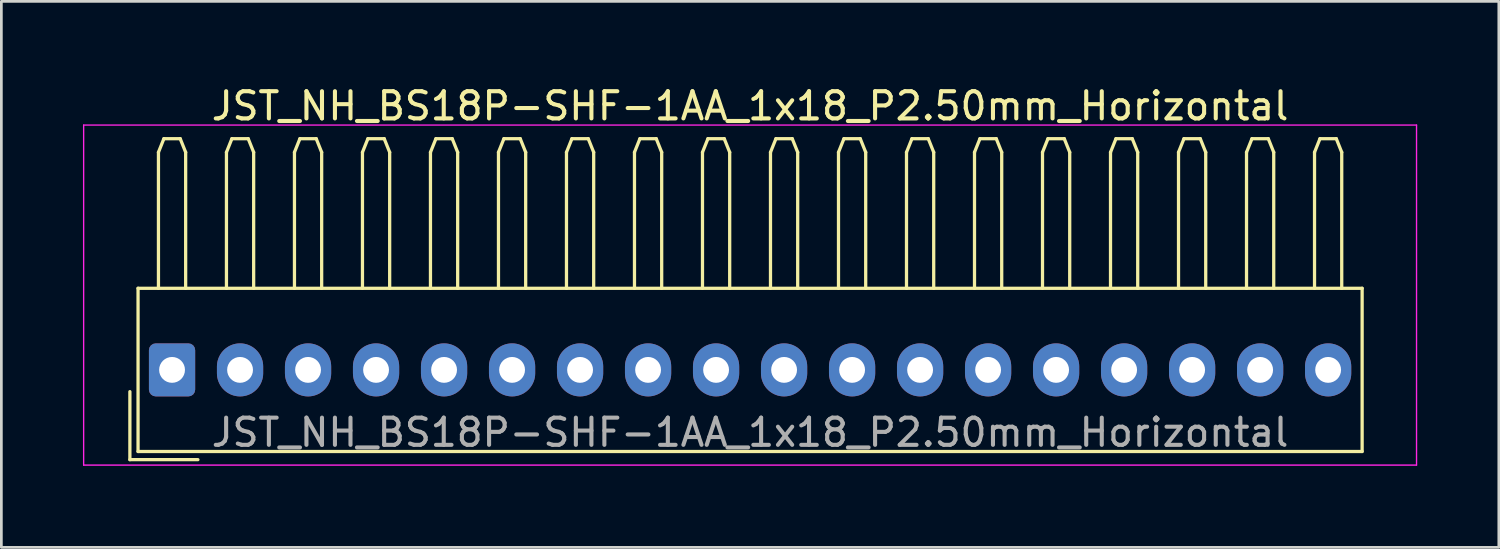
<source format=kicad_pcb>
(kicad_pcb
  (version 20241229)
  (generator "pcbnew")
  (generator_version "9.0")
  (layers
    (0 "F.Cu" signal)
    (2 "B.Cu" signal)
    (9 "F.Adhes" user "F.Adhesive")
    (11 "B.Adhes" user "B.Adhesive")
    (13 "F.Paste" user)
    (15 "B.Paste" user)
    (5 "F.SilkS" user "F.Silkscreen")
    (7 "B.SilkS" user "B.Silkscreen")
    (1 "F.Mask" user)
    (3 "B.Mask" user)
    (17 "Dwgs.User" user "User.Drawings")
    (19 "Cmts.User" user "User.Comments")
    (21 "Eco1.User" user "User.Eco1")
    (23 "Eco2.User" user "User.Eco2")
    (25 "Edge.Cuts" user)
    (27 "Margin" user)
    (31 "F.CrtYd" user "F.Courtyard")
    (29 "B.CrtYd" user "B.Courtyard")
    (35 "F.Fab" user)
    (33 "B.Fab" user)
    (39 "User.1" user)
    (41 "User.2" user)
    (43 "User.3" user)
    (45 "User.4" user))
  (footprint "JST_NH_BS18P-SHF-1AA_1x18_P2.50mm_Horizontal"
    (layer "F.Cu")
    (at 3.275 10.548)
    (property "Reference" "JST_NH_BS18P-SHF-1AA_1x18_P2.50mm_Horizontal" (at 21.25 -9.7 0) (layer "F.SilkS") (effects (font (size 1 1) (thickness 0.15))))
    (attr through_hole)
    (fp_line (start -1.55 0.8) (end -1.55 3.3) (stroke (width 0.12) (type solid)) (layer "F.SilkS"))
    (fp_line (start -1.55 3.3) (end 0.95 3.3) (stroke (width 0.12) (type solid)) (layer "F.SilkS"))
    (fp_line (start -1.25 -3) (end -1.25 3) (stroke (width 0.12) (type solid)) (layer "F.SilkS"))
    (fp_line (start -1.25 3) (end 43.75 3) (stroke (width 0.12) (type solid)) (layer "F.SilkS"))
    (fp_line (start -0.5 -8) (end -0.3 -8.5) (stroke (width 0.12) (type solid)) (layer "F.SilkS"))
    (fp_line (start -0.5 -3) (end -0.5 -8) (stroke (width 0.12) (type solid)) (layer "F.SilkS"))
    (fp_line (start -0.3 -8.5) (end 0.3 -8.5) (stroke (width 0.12) (type solid)) (layer "F.SilkS"))
    (fp_line (start 0.3 -8.5) (end 0.5 -8) (stroke (width 0.12) (type solid)) (layer "F.SilkS"))
    (fp_line (start 0.5 -8) (end 0.5 -3) (stroke (width 0.12) (type solid)) (layer "F.SilkS"))
    (fp_line (start 2 -8) (end 2.2 -8.5) (stroke (width 0.12) (type solid)) (layer "F.SilkS"))
    (fp_line (start 2 -3) (end 2 -8) (stroke (width 0.12) (type solid)) (layer "F.SilkS"))
    (fp_line (start 2.2 -8.5) (end 2.8 -8.5) (stroke (width 0.12) (type solid)) (layer "F.SilkS"))
    (fp_line (start 2.8 -8.5) (end 3 -8) (stroke (width 0.12) (type solid)) (layer "F.SilkS"))
    (fp_line (start 3 -8) (end 3 -3) (stroke (width 0.12) (type solid)) (layer "F.SilkS"))
    (fp_line (start 4.5 -8) (end 4.7 -8.5) (stroke (width 0.12) (type solid)) (layer "F.SilkS"))
    (fp_line (start 4.5 -3) (end 4.5 -8) (stroke (width 0.12) (type solid)) (layer "F.SilkS"))
    (fp_line (start 4.7 -8.5) (end 5.3 -8.5) (stroke (width 0.12) (type solid)) (layer "F.SilkS"))
    (fp_line (start 5.3 -8.5) (end 5.5 -8) (stroke (width 0.12) (type solid)) (layer "F.SilkS"))
    (fp_line (start 5.5 -8) (end 5.5 -3) (stroke (width 0.12) (type solid)) (layer "F.SilkS"))
    (fp_line (start 7 -8) (end 7.2 -8.5) (stroke (width 0.12) (type solid)) (layer "F.SilkS"))
    (fp_line (start 7 -3) (end 7 -8) (stroke (width 0.12) (type solid)) (layer "F.SilkS"))
    (fp_line (start 7.2 -8.5) (end 7.8 -8.5) (stroke (width 0.12) (type solid)) (layer "F.SilkS"))
    (fp_line (start 7.8 -8.5) (end 8 -8) (stroke (width 0.12) (type solid)) (layer "F.SilkS"))
    (fp_line (start 8 -8) (end 8 -3) (stroke (width 0.12) (type solid)) (layer "F.SilkS"))
    (fp_line (start 9.5 -8) (end 9.7 -8.5) (stroke (width 0.12) (type solid)) (layer "F.SilkS"))
    (fp_line (start 9.5 -3) (end 9.5 -8) (stroke (width 0.12) (type solid)) (layer "F.SilkS"))
    (fp_line (start 9.7 -8.5) (end 10.3 -8.5) (stroke (width 0.12) (type solid)) (layer "F.SilkS"))
    (fp_line (start 10.3 -8.5) (end 10.5 -8) (stroke (width 0.12) (type solid)) (layer "F.SilkS"))
    (fp_line (start 10.5 -8) (end 10.5 -3) (stroke (width 0.12) (type solid)) (layer "F.SilkS"))
    (fp_line (start 12 -8) (end 12.2 -8.5) (stroke (width 0.12) (type solid)) (layer "F.SilkS"))
    (fp_line (start 12 -3) (end 12 -8) (stroke (width 0.12) (type solid)) (layer "F.SilkS"))
    (fp_line (start 12.2 -8.5) (end 12.8 -8.5) (stroke (width 0.12) (type solid)) (layer "F.SilkS"))
    (fp_line (start 12.8 -8.5) (end 13 -8) (stroke (width 0.12) (type solid)) (layer "F.SilkS"))
    (fp_line (start 13 -8) (end 13 -3) (stroke (width 0.12) (type solid)) (layer "F.SilkS"))
    (fp_line (start 14.5 -8) (end 14.7 -8.5) (stroke (width 0.12) (type solid)) (layer "F.SilkS"))
    (fp_line (start 14.5 -3) (end 14.5 -8) (stroke (width 0.12) (type solid)) (layer "F.SilkS"))
    (fp_line (start 14.7 -8.5) (end 15.3 -8.5) (stroke (width 0.12) (type solid)) (layer "F.SilkS"))
    (fp_line (start 15.3 -8.5) (end 15.5 -8) (stroke (width 0.12) (type solid)) (layer "F.SilkS"))
    (fp_line (start 15.5 -8) (end 15.5 -3) (stroke (width 0.12) (type solid)) (layer "F.SilkS"))
    (fp_line (start 17 -8) (end 17.2 -8.5) (stroke (width 0.12) (type solid)) (layer "F.SilkS"))
    (fp_line (start 17 -3) (end 17 -8) (stroke (width 0.12) (type solid)) (layer "F.SilkS"))
    (fp_line (start 17.2 -8.5) (end 17.8 -8.5) (stroke (width 0.12) (type solid)) (layer "F.SilkS"))
    (fp_line (start 17.8 -8.5) (end 18 -8) (stroke (width 0.12) (type solid)) (layer "F.SilkS"))
    (fp_line (start 18 -8) (end 18 -3) (stroke (width 0.12) (type solid)) (layer "F.SilkS"))
    (fp_line (start 19.5 -8) (end 19.7 -8.5) (stroke (width 0.12) (type solid)) (layer "F.SilkS"))
    (fp_line (start 19.5 -3) (end 19.5 -8) (stroke (width 0.12) (type solid)) (layer "F.SilkS"))
    (fp_line (start 19.7 -8.5) (end 20.3 -8.5) (stroke (width 0.12) (type solid)) (layer "F.SilkS"))
    (fp_line (start 20.3 -8.5) (end 20.5 -8) (stroke (width 0.12) (type solid)) (layer "F.SilkS"))
    (fp_line (start 20.5 -8) (end 20.5 -3) (stroke (width 0.12) (type solid)) (layer "F.SilkS"))
    (fp_line (start 22 -8) (end 22.2 -8.5) (stroke (width 0.12) (type solid)) (layer "F.SilkS"))
    (fp_line (start 22 -3) (end 22 -8) (stroke (width 0.12) (type solid)) (layer "F.SilkS"))
    (fp_line (start 22.2 -8.5) (end 22.8 -8.5) (stroke (width 0.12) (type solid)) (layer "F.SilkS"))
    (fp_line (start 22.8 -8.5) (end 23 -8) (stroke (width 0.12) (type solid)) (layer "F.SilkS"))
    (fp_line (start 23 -8) (end 23 -3) (stroke (width 0.12) (type solid)) (layer "F.SilkS"))
    (fp_line (start 24.5 -8) (end 24.7 -8.5) (stroke (width 0.12) (type solid)) (layer "F.SilkS"))
    (fp_line (start 24.5 -3) (end 24.5 -8) (stroke (width 0.12) (type solid)) (layer "F.SilkS"))
    (fp_line (start 24.7 -8.5) (end 25.3 -8.5) (stroke (width 0.12) (type solid)) (layer "F.SilkS"))
    (fp_line (start 25.3 -8.5) (end 25.5 -8) (stroke (width 0.12) (type solid)) (layer "F.SilkS"))
    (fp_line (start 25.5 -8) (end 25.5 -3) (stroke (width 0.12) (type solid)) (layer "F.SilkS"))
    (fp_line (start 27 -8) (end 27.2 -8.5) (stroke (width 0.12) (type solid)) (layer "F.SilkS"))
    (fp_line (start 27 -3) (end 27 -8) (stroke (width 0.12) (type solid)) (layer "F.SilkS"))
    (fp_line (start 27.2 -8.5) (end 27.8 -8.5) (stroke (width 0.12) (type solid)) (layer "F.SilkS"))
    (fp_line (start 27.8 -8.5) (end 28 -8) (stroke (width 0.12) (type solid)) (layer "F.SilkS"))
    (fp_line (start 28 -8) (end 28 -3) (stroke (width 0.12) (type solid)) (layer "F.SilkS"))
    (fp_line (start 29.5 -8) (end 29.7 -8.5) (stroke (width 0.12) (type solid)) (layer "F.SilkS"))
    (fp_line (start 29.5 -3) (end 29.5 -8) (stroke (width 0.12) (type solid)) (layer "F.SilkS"))
    (fp_line (start 29.7 -8.5) (end 30.3 -8.5) (stroke (width 0.12) (type solid)) (layer "F.SilkS"))
    (fp_line (start 30.3 -8.5) (end 30.5 -8) (stroke (width 0.12) (type solid)) (layer "F.SilkS"))
    (fp_line (start 30.5 -8) (end 30.5 -3) (stroke (width 0.12) (type solid)) (layer "F.SilkS"))
    (fp_line (start 32 -8) (end 32.2 -8.5) (stroke (width 0.12) (type solid)) (layer "F.SilkS"))
    (fp_line (start 32 -3) (end 32 -8) (stroke (width 0.12) (type solid)) (layer "F.SilkS"))
    (fp_line (start 32.2 -8.5) (end 32.8 -8.5) (stroke (width 0.12) (type solid)) (layer "F.SilkS"))
    (fp_line (start 32.8 -8.5) (end 33 -8) (stroke (width 0.12) (type solid)) (layer "F.SilkS"))
    (fp_line (start 33 -8) (end 33 -3) (stroke (width 0.12) (type solid)) (layer "F.SilkS"))
    (fp_line (start 34.5 -8) (end 34.7 -8.5) (stroke (width 0.12) (type solid)) (layer "F.SilkS"))
    (fp_line (start 34.5 -3) (end 34.5 -8) (stroke (width 0.12) (type solid)) (layer "F.SilkS"))
    (fp_line (start 34.7 -8.5) (end 35.3 -8.5) (stroke (width 0.12) (type solid)) (layer "F.SilkS"))
    (fp_line (start 35.3 -8.5) (end 35.5 -8) (stroke (width 0.12) (type solid)) (layer "F.SilkS"))
    (fp_line (start 35.5 -8) (end 35.5 -3) (stroke (width 0.12) (type solid)) (layer "F.SilkS"))
    (fp_line (start 37 -8) (end 37.2 -8.5) (stroke (width 0.12) (type solid)) (layer "F.SilkS"))
    (fp_line (start 37 -3) (end 37 -8) (stroke (width 0.12) (type solid)) (layer "F.SilkS"))
    (fp_line (start 37.2 -8.5) (end 37.8 -8.5) (stroke (width 0.12) (type solid)) (layer "F.SilkS"))
    (fp_line (start 37.8 -8.5) (end 38 -8) (stroke (width 0.12) (type solid)) (layer "F.SilkS"))
    (fp_line (start 38 -8) (end 38 -3) (stroke (width 0.12) (type solid)) (layer "F.SilkS"))
    (fp_line (start 39.5 -8) (end 39.7 -8.5) (stroke (width 0.12) (type solid)) (layer "F.SilkS"))
    (fp_line (start 39.5 -3) (end 39.5 -8) (stroke (width 0.12) (type solid)) (layer "F.SilkS"))
    (fp_line (start 39.7 -8.5) (end 40.3 -8.5) (stroke (width 0.12) (type solid)) (layer "F.SilkS"))
    (fp_line (start 40.3 -8.5) (end 40.5 -8) (stroke (width 0.12) (type solid)) (layer "F.SilkS"))
    (fp_line (start 40.5 -8) (end 40.5 -3) (stroke (width 0.12) (type solid)) (layer "F.SilkS"))
    (fp_line (start 42 -8) (end 42.2 -8.5) (stroke (width 0.12) (type solid)) (layer "F.SilkS"))
    (fp_line (start 42 -3) (end 42 -8) (stroke (width 0.12) (type solid)) (layer "F.SilkS"))
    (fp_line (start 42.2 -8.5) (end 42.8 -8.5) (stroke (width 0.12) (type solid)) (layer "F.SilkS"))
    (fp_line (start 42.8 -8.5) (end 43 -8) (stroke (width 0.12) (type solid)) (layer "F.SilkS"))
    (fp_line (start 43 -8) (end 43 -3) (stroke (width 0.12) (type solid)) (layer "F.SilkS"))
    (fp_line (start 43.75 -3) (end -1.25 -3) (stroke (width 0.12) (type solid)) (layer "F.SilkS"))
    (fp_line (start 43.75 3) (end 43.75 -3) (stroke (width 0.12) (type solid)) (layer "F.SilkS"))
    (fp_line (start -3.25 -9) (end -3.25 3.5) (stroke (width 0.05) (type solid)) (layer "F.CrtYd"))
    (fp_line (start -3.25 3.5) (end 45.75 3.5) (stroke (width 0.05) (type solid)) (layer "F.CrtYd"))
    (fp_line (start 45.75 -9) (end -3.25 -9) (stroke (width 0.05) (type solid)) (layer "F.CrtYd"))
    (fp_line (start 45.75 3.5) (end 45.75 -9) (stroke (width 0.05) (type solid)) (layer "F.CrtYd"))
    (fp_text user "${REFERENCE}" (at 21.25 2.3 0) (layer "F.Fab") (effects (font (size 1 1) (thickness 0.15))))
    (pad "1" thru_hole roundrect (at 0 0) (size 1.7 1.95) (drill 0.95) (layers "*.Cu" "*.Mask") (roundrect_rratio 0.147))
    (pad "2" thru_hole oval (at 2.5 0) (size 1.7 1.95) (drill 0.95) (layers "*.Cu" "*.Mask"))
    (pad "3" thru_hole oval (at 5 0) (size 1.7 1.95) (drill 0.95) (layers "*.Cu" "*.Mask"))
    (pad "4" thru_hole oval (at 7.5 0) (size 1.7 1.95) (drill 0.95) (layers "*.Cu" "*.Mask"))
    (pad "5" thru_hole oval (at 10 0) (size 1.7 1.95) (drill 0.95) (layers "*.Cu" "*.Mask"))
    (pad "6" thru_hole oval (at 12.5 0) (size 1.7 1.95) (drill 0.95) (layers "*.Cu" "*.Mask"))
    (pad "7" thru_hole oval (at 15 0) (size 1.7 1.95) (drill 0.95) (layers "*.Cu" "*.Mask"))
    (pad "8" thru_hole oval (at 17.5 0) (size 1.7 1.95) (drill 0.95) (layers "*.Cu" "*.Mask"))
    (pad "9" thru_hole oval (at 20 0) (size 1.7 1.95) (drill 0.95) (layers "*.Cu" "*.Mask"))
    (pad "10" thru_hole oval (at 22.5 0) (size 1.7 1.95) (drill 0.95) (layers "*.Cu" "*.Mask"))
    (pad "11" thru_hole oval (at 25 0) (size 1.7 1.95) (drill 0.95) (layers "*.Cu" "*.Mask"))
    (pad "12" thru_hole oval (at 27.5 0) (size 1.7 1.95) (drill 0.95) (layers "*.Cu" "*.Mask"))
    (pad "13" thru_hole oval (at 30 0) (size 1.7 1.95) (drill 0.95) (layers "*.Cu" "*.Mask"))
    (pad "14" thru_hole oval (at 32.5 0) (size 1.7 1.95) (drill 0.95) (layers "*.Cu" "*.Mask"))
    (pad "15" thru_hole oval (at 35 0) (size 1.7 1.95) (drill 0.95) (layers "*.Cu" "*.Mask"))
    (pad "16" thru_hole oval (at 37.5 0) (size 1.7 1.95) (drill 0.95) (layers "*.Cu" "*.Mask"))
    (pad "17" thru_hole oval (at 40 0) (size 1.7 1.95) (drill 0.95) (layers "*.Cu" "*.Mask"))
    (pad "18" thru_hole oval (at 42.5 0) (size 1.7 1.95) (drill 0.95) (layers "*.Cu" "*.Mask")))
  (gr_rect
    (start -3 -3)
    (end 52.05 17.073)
    (stroke (width 0.1) (type default))
    (fill no)
    (layer "Edge.Cuts")))
</source>
